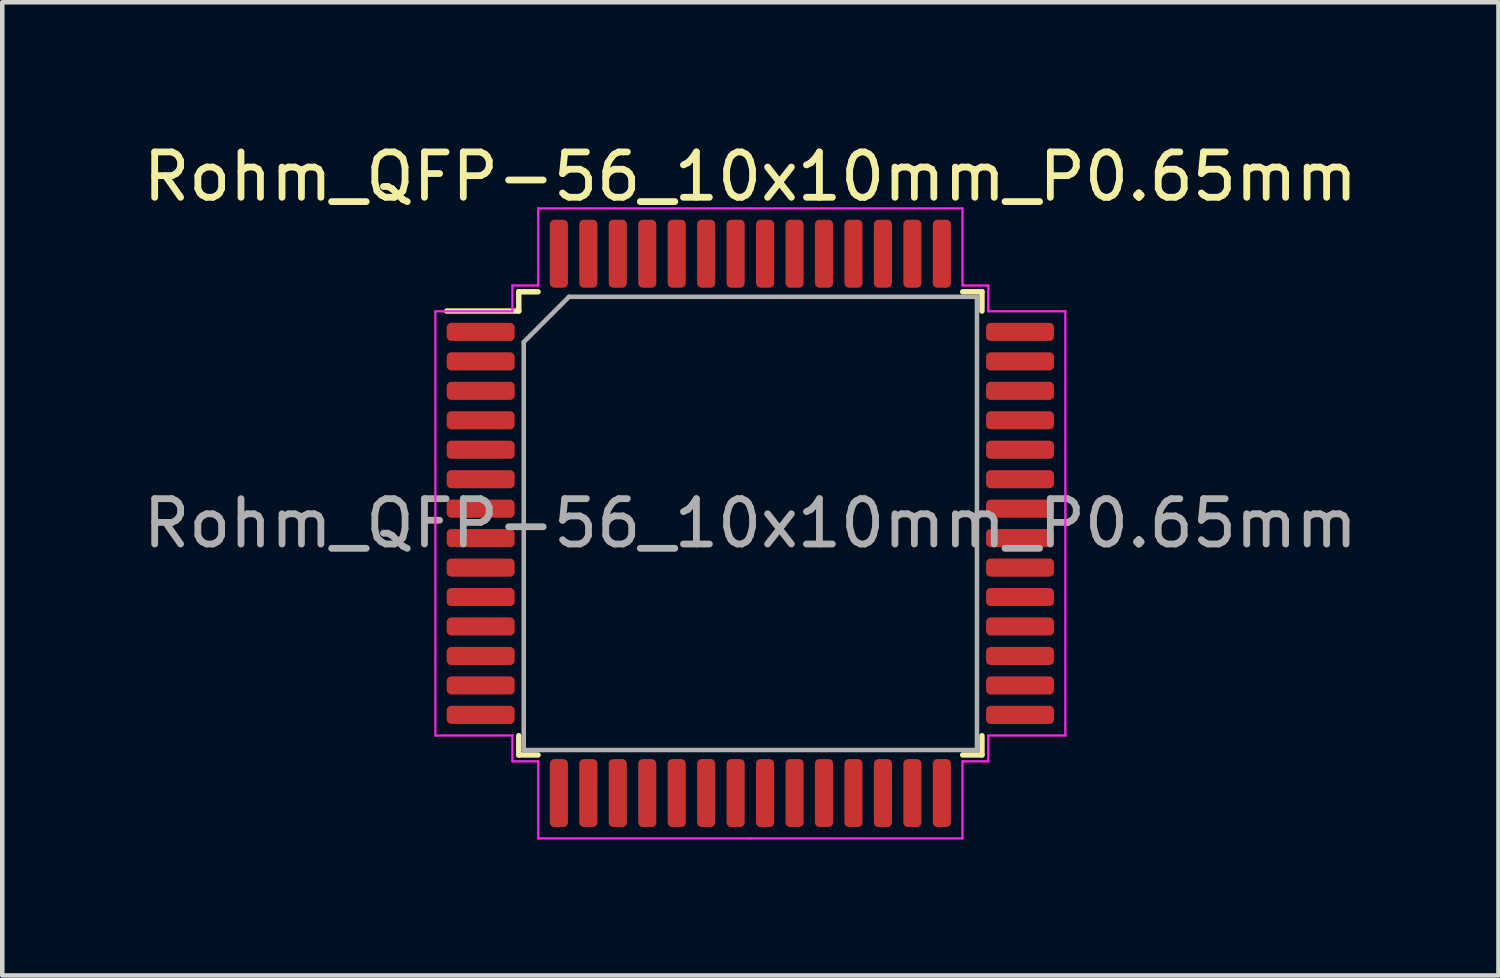
<source format=kicad_pcb>
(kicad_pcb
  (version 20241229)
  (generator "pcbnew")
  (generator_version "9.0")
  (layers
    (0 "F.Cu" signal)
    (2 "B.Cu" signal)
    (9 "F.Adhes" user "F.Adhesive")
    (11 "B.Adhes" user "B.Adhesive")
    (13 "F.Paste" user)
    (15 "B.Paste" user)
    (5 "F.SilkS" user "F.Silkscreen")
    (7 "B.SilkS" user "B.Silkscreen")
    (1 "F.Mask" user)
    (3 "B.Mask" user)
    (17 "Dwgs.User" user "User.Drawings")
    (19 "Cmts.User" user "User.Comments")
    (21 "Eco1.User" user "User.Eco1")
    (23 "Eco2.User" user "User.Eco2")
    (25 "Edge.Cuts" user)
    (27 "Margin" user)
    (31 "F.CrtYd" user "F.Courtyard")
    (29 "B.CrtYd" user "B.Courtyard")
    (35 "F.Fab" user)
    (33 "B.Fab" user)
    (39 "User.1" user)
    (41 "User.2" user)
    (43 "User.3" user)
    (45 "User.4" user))
  (footprint "Rohm_QFP-56_10x10mm_P0.65mm"
    (layer "F.Cu")
    (at 13.506 8.498)
    (property "Reference" "Rohm_QFP-56_10x10mm_P0.65mm" (at 0 -7.65 0) (layer "F.SilkS") (effects (font (size 1 1) (thickness 0.15))))
    (attr smd)
    (fp_line (start -5.11 -5.11) (end -5.11 -4.685) (stroke (width 0.12) (type solid)) (layer "F.SilkS"))
    (fp_line (start -5.11 -4.685) (end -6.7 -4.685) (stroke (width 0.12) (type solid)) (layer "F.SilkS"))
    (fp_line (start -5.11 5.11) (end -5.11 4.685) (stroke (width 0.12) (type solid)) (layer "F.SilkS"))
    (fp_line (start -4.685 -5.11) (end -5.11 -5.11) (stroke (width 0.12) (type solid)) (layer "F.SilkS"))
    (fp_line (start -4.685 5.11) (end -5.11 5.11) (stroke (width 0.12) (type solid)) (layer "F.SilkS"))
    (fp_line (start 4.685 -5.11) (end 5.11 -5.11) (stroke (width 0.12) (type solid)) (layer "F.SilkS"))
    (fp_line (start 4.685 5.11) (end 5.11 5.11) (stroke (width 0.12) (type solid)) (layer "F.SilkS"))
    (fp_line (start 5.11 -5.11) (end 5.11 -4.685) (stroke (width 0.12) (type solid)) (layer "F.SilkS"))
    (fp_line (start 5.11 5.11) (end 5.11 4.685) (stroke (width 0.12) (type solid)) (layer "F.SilkS"))
    (fp_line (start -6.95 -4.68) (end -6.95 0) (stroke (width 0.05) (type solid)) (layer "F.CrtYd"))
    (fp_line (start -6.95 4.68) (end -6.95 0) (stroke (width 0.05) (type solid)) (layer "F.CrtYd"))
    (fp_line (start -5.25 -5.25) (end -5.25 -4.68) (stroke (width 0.05) (type solid)) (layer "F.CrtYd"))
    (fp_line (start -5.25 -4.68) (end -6.95 -4.68) (stroke (width 0.05) (type solid)) (layer "F.CrtYd"))
    (fp_line (start -5.25 4.68) (end -6.95 4.68) (stroke (width 0.05) (type solid)) (layer "F.CrtYd"))
    (fp_line (start -5.25 5.25) (end -5.25 4.68) (stroke (width 0.05) (type solid)) (layer "F.CrtYd"))
    (fp_line (start -4.68 -6.95) (end -4.68 -5.25) (stroke (width 0.05) (type solid)) (layer "F.CrtYd"))
    (fp_line (start -4.68 -5.25) (end -5.25 -5.25) (stroke (width 0.05) (type solid)) (layer "F.CrtYd"))
    (fp_line (start -4.68 5.25) (end -5.25 5.25) (stroke (width 0.05) (type solid)) (layer "F.CrtYd"))
    (fp_line (start -4.68 6.95) (end -4.68 5.25) (stroke (width 0.05) (type solid)) (layer "F.CrtYd"))
    (fp_line (start 0 -6.95) (end -4.68 -6.95) (stroke (width 0.05) (type solid)) (layer "F.CrtYd"))
    (fp_line (start 0 -6.95) (end 4.68 -6.95) (stroke (width 0.05) (type solid)) (layer "F.CrtYd"))
    (fp_line (start 0 6.95) (end -4.68 6.95) (stroke (width 0.05) (type solid)) (layer "F.CrtYd"))
    (fp_line (start 0 6.95) (end 4.68 6.95) (stroke (width 0.05) (type solid)) (layer "F.CrtYd"))
    (fp_line (start 4.68 -6.95) (end 4.68 -5.25) (stroke (width 0.05) (type solid)) (layer "F.CrtYd"))
    (fp_line (start 4.68 -5.25) (end 5.25 -5.25) (stroke (width 0.05) (type solid)) (layer "F.CrtYd"))
    (fp_line (start 4.68 5.25) (end 5.25 5.25) (stroke (width 0.05) (type solid)) (layer "F.CrtYd"))
    (fp_line (start 4.68 6.95) (end 4.68 5.25) (stroke (width 0.05) (type solid)) (layer "F.CrtYd"))
    (fp_line (start 5.25 -5.25) (end 5.25 -4.68) (stroke (width 0.05) (type solid)) (layer "F.CrtYd"))
    (fp_line (start 5.25 -4.68) (end 6.95 -4.68) (stroke (width 0.05) (type solid)) (layer "F.CrtYd"))
    (fp_line (start 5.25 4.68) (end 6.95 4.68) (stroke (width 0.05) (type solid)) (layer "F.CrtYd"))
    (fp_line (start 5.25 5.25) (end 5.25 4.68) (stroke (width 0.05) (type solid)) (layer "F.CrtYd"))
    (fp_line (start 6.95 -4.68) (end 6.95 0) (stroke (width 0.05) (type solid)) (layer "F.CrtYd"))
    (fp_line (start 6.95 4.68) (end 6.95 0) (stroke (width 0.05) (type solid)) (layer "F.CrtYd"))
    (fp_line (start -5 -4) (end -4 -5) (stroke (width 0.1) (type solid)) (layer "F.Fab"))
    (fp_line (start -5 5) (end -5 -4) (stroke (width 0.1) (type solid)) (layer "F.Fab"))
    (fp_line (start -4 -5) (end 5 -5) (stroke (width 0.1) (type solid)) (layer "F.Fab"))
    (fp_line (start 5 -5) (end 5 5) (stroke (width 0.1) (type solid)) (layer "F.Fab"))
    (fp_line (start 5 5) (end -5 5) (stroke (width 0.1) (type solid)) (layer "F.Fab"))
    (fp_text user "${REFERENCE}" (at 0 0 0) (layer "F.Fab") (effects (font (size 1 1) (thickness 0.15))))
    (pad "1" smd roundrect (at -5.95 -4.225) (size 1.5 0.4) (layers "F.Cu" "F.Mask" "F.Paste") (roundrect_rratio 0.25))
    (pad "2" smd roundrect (at -5.95 -3.575) (size 1.5 0.4) (layers "F.Cu" "F.Mask" "F.Paste") (roundrect_rratio 0.25))
    (pad "3" smd roundrect (at -5.95 -2.925) (size 1.5 0.4) (layers "F.Cu" "F.Mask" "F.Paste") (roundrect_rratio 0.25))
    (pad "4" smd roundrect (at -5.95 -2.275) (size 1.5 0.4) (layers "F.Cu" "F.Mask" "F.Paste") (roundrect_rratio 0.25))
    (pad "5" smd roundrect (at -5.95 -1.625) (size 1.5 0.4) (layers "F.Cu" "F.Mask" "F.Paste") (roundrect_rratio 0.25))
    (pad "6" smd roundrect (at -5.95 -0.975) (size 1.5 0.4) (layers "F.Cu" "F.Mask" "F.Paste") (roundrect_rratio 0.25))
    (pad "7" smd roundrect (at -5.95 -0.325) (size 1.5 0.4) (layers "F.Cu" "F.Mask" "F.Paste") (roundrect_rratio 0.25))
    (pad "8" smd roundrect (at -5.95 0.325) (size 1.5 0.4) (layers "F.Cu" "F.Mask" "F.Paste") (roundrect_rratio 0.25))
    (pad "9" smd roundrect (at -5.95 0.975) (size 1.5 0.4) (layers "F.Cu" "F.Mask" "F.Paste") (roundrect_rratio 0.25))
    (pad "10" smd roundrect (at -5.95 1.625) (size 1.5 0.4) (layers "F.Cu" "F.Mask" "F.Paste") (roundrect_rratio 0.25))
    (pad "11" smd roundrect (at -5.95 2.275) (size 1.5 0.4) (layers "F.Cu" "F.Mask" "F.Paste") (roundrect_rratio 0.25))
    (pad "12" smd roundrect (at -5.95 2.925) (size 1.5 0.4) (layers "F.Cu" "F.Mask" "F.Paste") (roundrect_rratio 0.25))
    (pad "13" smd roundrect (at -5.95 3.575) (size 1.5 0.4) (layers "F.Cu" "F.Mask" "F.Paste") (roundrect_rratio 0.25))
    (pad "14" smd roundrect (at -5.95 4.225) (size 1.5 0.4) (layers "F.Cu" "F.Mask" "F.Paste") (roundrect_rratio 0.25))
    (pad "15" smd roundrect (at -4.225 5.95) (size 0.4 1.5) (layers "F.Cu" "F.Mask" "F.Paste") (roundrect_rratio 0.25))
    (pad "16" smd roundrect (at -3.575 5.95) (size 0.4 1.5) (layers "F.Cu" "F.Mask" "F.Paste") (roundrect_rratio 0.25))
    (pad "17" smd roundrect (at -2.925 5.95) (size 0.4 1.5) (layers "F.Cu" "F.Mask" "F.Paste") (roundrect_rratio 0.25))
    (pad "18" smd roundrect (at -2.275 5.95) (size 0.4 1.5) (layers "F.Cu" "F.Mask" "F.Paste") (roundrect_rratio 0.25))
    (pad "19" smd roundrect (at -1.625 5.95) (size 0.4 1.5) (layers "F.Cu" "F.Mask" "F.Paste") (roundrect_rratio 0.25))
    (pad "20" smd roundrect (at -0.975 5.95) (size 0.4 1.5) (layers "F.Cu" "F.Mask" "F.Paste") (roundrect_rratio 0.25))
    (pad "21" smd roundrect (at -0.325 5.95) (size 0.4 1.5) (layers "F.Cu" "F.Mask" "F.Paste") (roundrect_rratio 0.25))
    (pad "22" smd roundrect (at 0.325 5.95) (size 0.4 1.5) (layers "F.Cu" "F.Mask" "F.Paste") (roundrect_rratio 0.25))
    (pad "23" smd roundrect (at 0.975 5.95) (size 0.4 1.5) (layers "F.Cu" "F.Mask" "F.Paste") (roundrect_rratio 0.25))
    (pad "24" smd roundrect (at 1.625 5.95) (size 0.4 1.5) (layers "F.Cu" "F.Mask" "F.Paste") (roundrect_rratio 0.25))
    (pad "25" smd roundrect (at 2.275 5.95) (size 0.4 1.5) (layers "F.Cu" "F.Mask" "F.Paste") (roundrect_rratio 0.25))
    (pad "26" smd roundrect (at 2.925 5.95) (size 0.4 1.5) (layers "F.Cu" "F.Mask" "F.Paste") (roundrect_rratio 0.25))
    (pad "27" smd roundrect (at 3.575 5.95) (size 0.4 1.5) (layers "F.Cu" "F.Mask" "F.Paste") (roundrect_rratio 0.25))
    (pad "28" smd roundrect (at 4.225 5.95) (size 0.4 1.5) (layers "F.Cu" "F.Mask" "F.Paste") (roundrect_rratio 0.25))
    (pad "29" smd roundrect (at 5.95 4.225) (size 1.5 0.4) (layers "F.Cu" "F.Mask" "F.Paste") (roundrect_rratio 0.25))
    (pad "30" smd roundrect (at 5.95 3.575) (size 1.5 0.4) (layers "F.Cu" "F.Mask" "F.Paste") (roundrect_rratio 0.25))
    (pad "31" smd roundrect (at 5.95 2.925) (size 1.5 0.4) (layers "F.Cu" "F.Mask" "F.Paste") (roundrect_rratio 0.25))
    (pad "32" smd roundrect (at 5.95 2.275) (size 1.5 0.4) (layers "F.Cu" "F.Mask" "F.Paste") (roundrect_rratio 0.25))
    (pad "33" smd roundrect (at 5.95 1.625) (size 1.5 0.4) (layers "F.Cu" "F.Mask" "F.Paste") (roundrect_rratio 0.25))
    (pad "34" smd roundrect (at 5.95 0.975) (size 1.5 0.4) (layers "F.Cu" "F.Mask" "F.Paste") (roundrect_rratio 0.25))
    (pad "35" smd roundrect (at 5.95 0.325) (size 1.5 0.4) (layers "F.Cu" "F.Mask" "F.Paste") (roundrect_rratio 0.25))
    (pad "36" smd roundrect (at 5.95 -0.325) (size 1.5 0.4) (layers "F.Cu" "F.Mask" "F.Paste") (roundrect_rratio 0.25))
    (pad "37" smd roundrect (at 5.95 -0.975) (size 1.5 0.4) (layers "F.Cu" "F.Mask" "F.Paste") (roundrect_rratio 0.25))
    (pad "38" smd roundrect (at 5.95 -1.625) (size 1.5 0.4) (layers "F.Cu" "F.Mask" "F.Paste") (roundrect_rratio 0.25))
    (pad "39" smd roundrect (at 5.95 -2.275) (size 1.5 0.4) (layers "F.Cu" "F.Mask" "F.Paste") (roundrect_rratio 0.25))
    (pad "40" smd roundrect (at 5.95 -2.925) (size 1.5 0.4) (layers "F.Cu" "F.Mask" "F.Paste") (roundrect_rratio 0.25))
    (pad "41" smd roundrect (at 5.95 -3.575) (size 1.5 0.4) (layers "F.Cu" "F.Mask" "F.Paste") (roundrect_rratio 0.25))
    (pad "42" smd roundrect (at 5.95 -4.225) (size 1.5 0.4) (layers "F.Cu" "F.Mask" "F.Paste") (roundrect_rratio 0.25))
    (pad "43" smd roundrect (at 4.225 -5.95) (size 0.4 1.5) (layers "F.Cu" "F.Mask" "F.Paste") (roundrect_rratio 0.25))
    (pad "44" smd roundrect (at 3.575 -5.95) (size 0.4 1.5) (layers "F.Cu" "F.Mask" "F.Paste") (roundrect_rratio 0.25))
    (pad "45" smd roundrect (at 2.925 -5.95) (size 0.4 1.5) (layers "F.Cu" "F.Mask" "F.Paste") (roundrect_rratio 0.25))
    (pad "46" smd roundrect (at 2.275 -5.95) (size 0.4 1.5) (layers "F.Cu" "F.Mask" "F.Paste") (roundrect_rratio 0.25))
    (pad "47" smd roundrect (at 1.625 -5.95) (size 0.4 1.5) (layers "F.Cu" "F.Mask" "F.Paste") (roundrect_rratio 0.25))
    (pad "48" smd roundrect (at 0.975 -5.95) (size 0.4 1.5) (layers "F.Cu" "F.Mask" "F.Paste") (roundrect_rratio 0.25))
    (pad "49" smd roundrect (at 0.325 -5.95) (size 0.4 1.5) (layers "F.Cu" "F.Mask" "F.Paste") (roundrect_rratio 0.25))
    (pad "50" smd roundrect (at -0.325 -5.95) (size 0.4 1.5) (layers "F.Cu" "F.Mask" "F.Paste") (roundrect_rratio 0.25))
    (pad "51" smd roundrect (at -0.975 -5.95) (size 0.4 1.5) (layers "F.Cu" "F.Mask" "F.Paste") (roundrect_rratio 0.25))
    (pad "52" smd roundrect (at -1.625 -5.95) (size 0.4 1.5) (layers "F.Cu" "F.Mask" "F.Paste") (roundrect_rratio 0.25))
    (pad "53" smd roundrect (at -2.275 -5.95) (size 0.4 1.5) (layers "F.Cu" "F.Mask" "F.Paste") (roundrect_rratio 0.25))
    (pad "54" smd roundrect (at -2.925 -5.95) (size 0.4 1.5) (layers "F.Cu" "F.Mask" "F.Paste") (roundrect_rratio 0.25))
    (pad "55" smd roundrect (at -3.575 -5.95) (size 0.4 1.5) (layers "F.Cu" "F.Mask" "F.Paste") (roundrect_rratio 0.25))
    (pad "56" smd roundrect (at -4.225 -5.95) (size 0.4 1.5) (layers "F.Cu" "F.Mask" "F.Paste") (roundrect_rratio 0.25)))
  (gr_rect
    (start -3 -3)
    (end 30.012 18.473)
    (stroke (width 0.1) (type default))
    (fill no)
    (layer "Edge.Cuts")))
</source>
